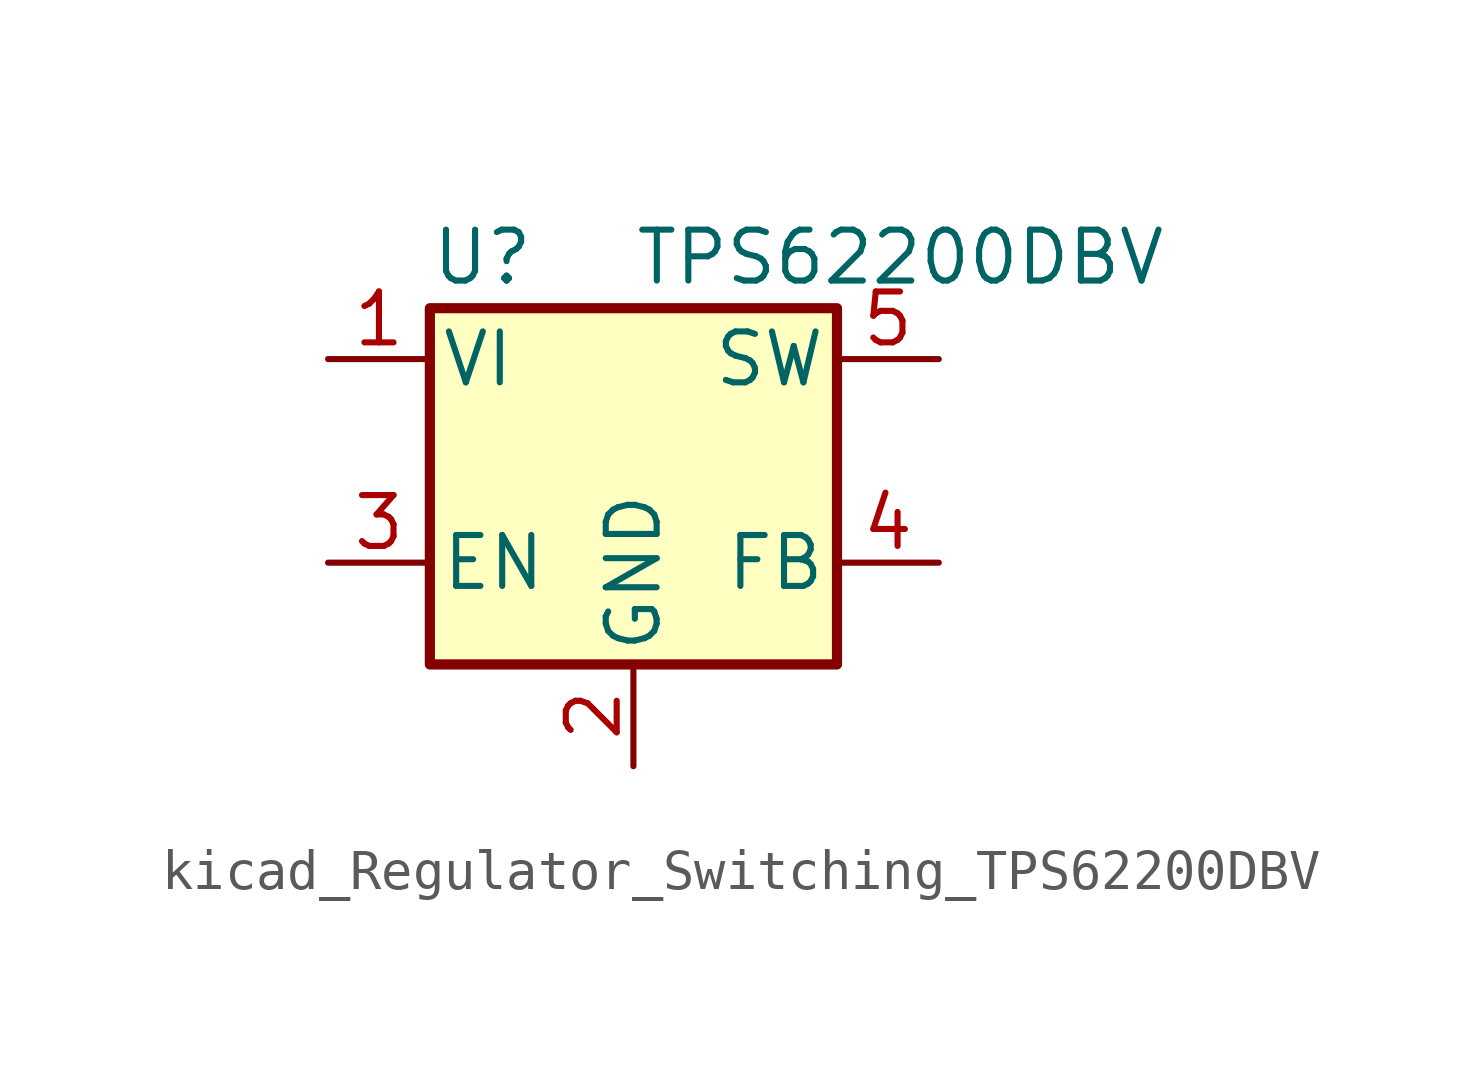
<source format=kicad_sym>
(kicad_symbol_lib
  (version 20220914)
  (generator kicad_symbol_editor)
  (symbol "kicad_Regulator_Switching_TPS62200DBV"
    (pin_names
      (offset 0.254))
    (property "Reference" "U"
      (at -5.08 7.62 0)
      (effects (font (size 1.27 1.27)) (justify left)))
    (property "Value" "TPS62200DBV"
      (at 0 7.62 0)
      (effects (font (size 1.27 1.27)) (justify left)))
    (symbol "kicad_Regulator_Switching_TPS62200DBV_0_1"
      (rectangle (start -5.08 6.35) (end 5.08 -2.54) (stroke (width 0.254) (type default)) (fill (type background))))
    (symbol "kicad_Regulator_Switching_TPS62200DBV_1_1"
      (pin power_in line (at -7.62 5.08 0) (length 2.54) (name "VI" (effects (font (size 1.27 1.27)))) (number "1" (effects (font (size 1.27 1.27)))))
      (pin power_in line (at 0 -5.08 90) (length 2.54) (name "GND" (effects (font (size 1.27 1.27)))) (number "2" (effects (font (size 1.27 1.27)))))
      (pin input line (at -7.62 0 0) (length 2.54) (name "EN" (effects (font (size 1.27 1.27)))) (number "3" (effects (font (size 1.27 1.27)))))
      (pin input line (at 7.62 0 180) (length 2.54) (name "FB" (effects (font (size 1.27 1.27)))) (number "4" (effects (font (size 1.27 1.27)))))
      (pin output line (at 7.62 5.08 180) (length 2.54) (name "SW" (effects (font (size 1.27 1.27)))) (number "5" (effects (font (size 1.27 1.27))))))))
</source>
